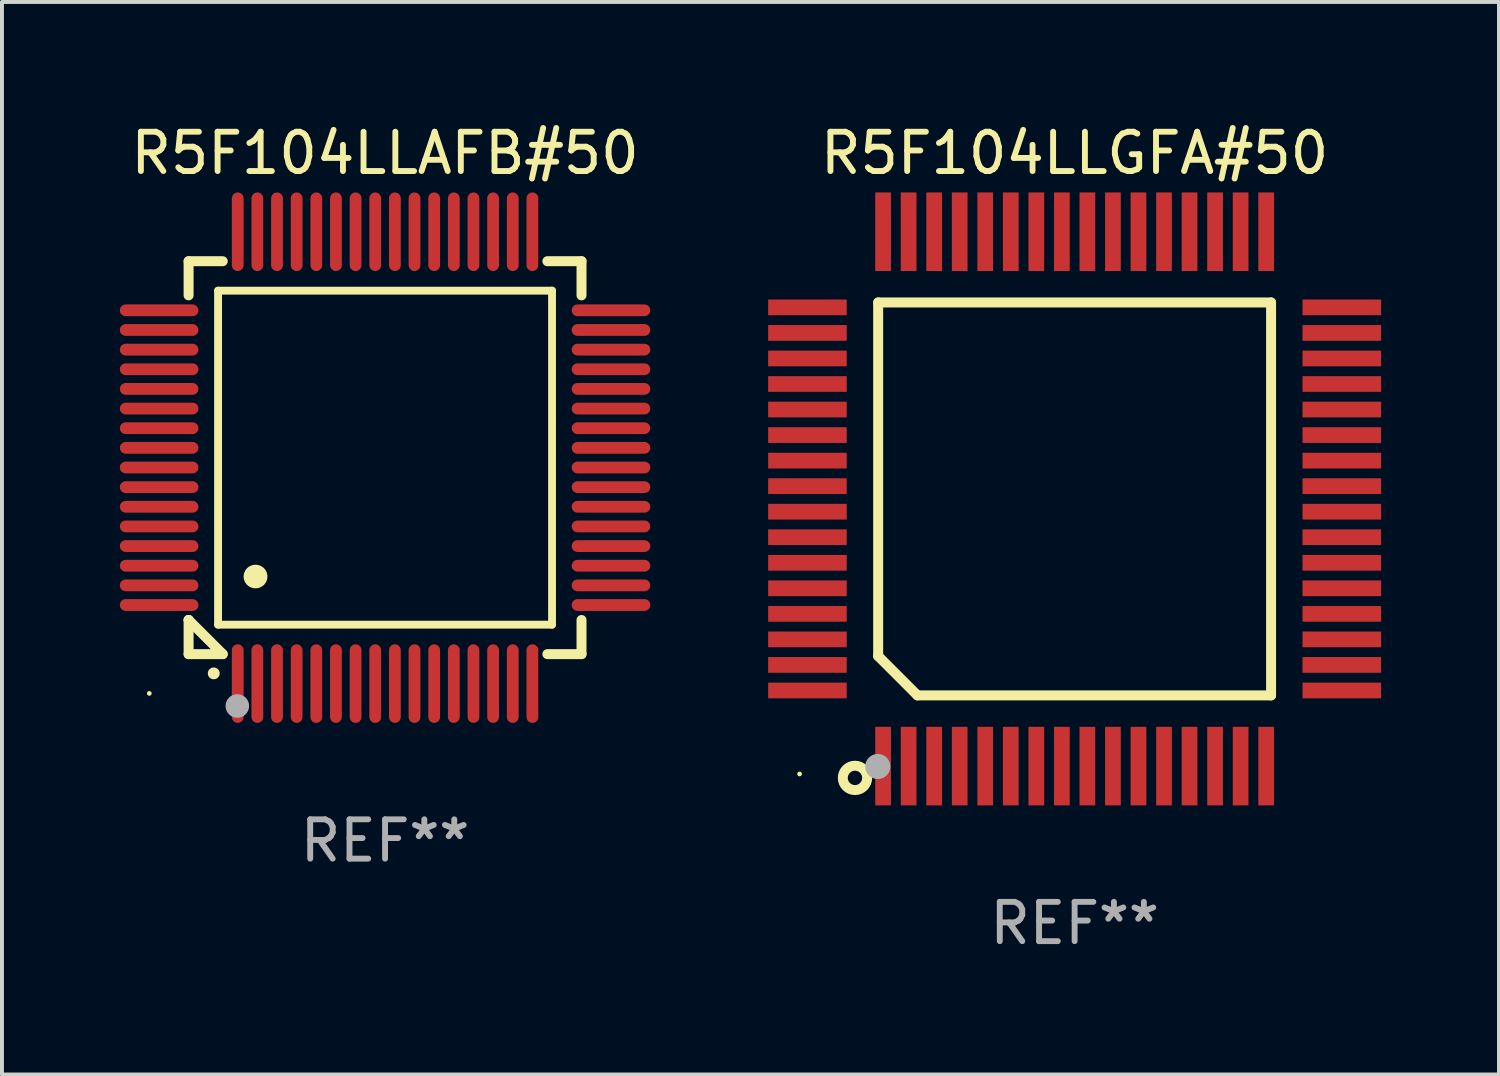
<source format=kicad_pcb>
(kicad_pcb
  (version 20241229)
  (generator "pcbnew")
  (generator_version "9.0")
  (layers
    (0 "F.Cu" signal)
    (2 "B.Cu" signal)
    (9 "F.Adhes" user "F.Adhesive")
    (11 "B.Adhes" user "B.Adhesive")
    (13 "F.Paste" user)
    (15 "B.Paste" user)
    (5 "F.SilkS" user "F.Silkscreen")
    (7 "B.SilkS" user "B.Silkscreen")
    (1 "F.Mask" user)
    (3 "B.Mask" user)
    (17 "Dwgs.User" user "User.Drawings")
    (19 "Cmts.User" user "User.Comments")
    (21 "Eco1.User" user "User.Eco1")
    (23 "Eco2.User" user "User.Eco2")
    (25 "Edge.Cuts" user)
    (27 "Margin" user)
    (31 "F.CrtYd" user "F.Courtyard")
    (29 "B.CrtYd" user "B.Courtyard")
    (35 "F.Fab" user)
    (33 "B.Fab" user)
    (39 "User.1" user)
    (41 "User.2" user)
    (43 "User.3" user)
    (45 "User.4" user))
  (footprint "R5F104LLAFB#50"
    (layer "F.Cu")
    (at 6.75 8.598)
    (property "Reference" "R5F104LLAFB#50" (at 0 -7.75 0) (layer "F.SilkS") (effects (font (size 1 1) (thickness 0.15))))
    (attr through_hole)
    (fp_line (start -5 -5) (end -4.131 -5) (stroke (width 0.254) (type solid)) (layer "F.SilkS"))
    (fp_line (start -5 -4.131) (end -5 -5) (stroke (width 0.254) (type solid)) (layer "F.SilkS"))
    (fp_line (start -5 4.131) (end -5 4.131) (stroke (width 0.254) (type solid)) (layer "F.SilkS"))
    (fp_line (start -5 5) (end -5 4.131) (stroke (width 0.254) (type solid)) (layer "F.SilkS"))
    (fp_line (start -5 4.131) (end -4.131 5) (stroke (width 0.254) (type solid)) (layer "F.SilkS"))
    (fp_line (start -4.25 -4.25) (end -4.25 4.25) (stroke (width 0.2) (type solid)) (layer "F.SilkS"))
    (fp_line (start -4.25 4.25) (end 4.25 4.25) (stroke (width 0.2) (type solid)) (layer "F.SilkS"))
    (fp_line (start -4.131 5) (end -5 5) (stroke (width 0.254) (type solid)) (layer "F.SilkS"))
    (fp_line (start 4.25 -4.25) (end -4.25 -4.25) (stroke (width 0.2) (type solid)) (layer "F.SilkS"))
    (fp_line (start 4.25 4.25) (end 4.25 -4.25) (stroke (width 0.2) (type solid)) (layer "F.SilkS"))
    (fp_line (start 5 -5) (end 4.131 -5) (stroke (width 0.254) (type solid)) (layer "F.SilkS"))
    (fp_line (start 5 -5) (end 5 -4.131) (stroke (width 0.254) (type solid)) (layer "F.SilkS"))
    (fp_line (start 5 4.131) (end 5 5) (stroke (width 0.254) (type solid)) (layer "F.SilkS"))
    (fp_line (start 5 5) (end 4.131 5) (stroke (width 0.254) (type solid)) (layer "F.SilkS"))
    (fp_arc (start -4.361265 5.489992) (mid -4.359995 5.489987) (end -4.358725 5.489992) (stroke (width 0.3) (type solid)) (layer "F.SilkS"))
    (fp_arc (start -3.299467 3.025146) (mid -3.296927 3.025135) (end -3.294387 3.025146) (stroke (width 0.6) (type solid)) (layer "F.SilkS"))
    (fp_circle (center -6 6) (end -5.97 6) (stroke (width 0.06) (type solid)) (fill no) (layer "F.SilkS"))
    (fp_circle (center -3.76 6.32) (end -3.61 6.32) (stroke (width 0.3) (type solid)) (fill no) (layer "F.Fab"))
    (fp_text user "REF**" (at 0 9.75 0) (layer "F.Fab") (effects (font (size 1 1) (thickness 0.15))))
    (pad "1" smd oval (at -3.75 5.75) (size 0.3 2) (layers "F.Cu" "F.Mask" "F.Paste"))
    (pad "2" smd oval (at -3.25 5.75) (size 0.3 2) (layers "F.Cu" "F.Mask" "F.Paste"))
    (pad "3" smd oval (at -2.75 5.75) (size 0.3 2) (layers "F.Cu" "F.Mask" "F.Paste"))
    (pad "4" smd oval (at -2.25 5.75) (size 0.3 2) (layers "F.Cu" "F.Mask" "F.Paste"))
    (pad "5" smd oval (at -1.75 5.75) (size 0.3 2) (layers "F.Cu" "F.Mask" "F.Paste"))
    (pad "6" smd oval (at -1.25 5.75) (size 0.3 2) (layers "F.Cu" "F.Mask" "F.Paste"))
    (pad "7" smd oval (at -0.75 5.75) (size 0.3 2) (layers "F.Cu" "F.Mask" "F.Paste"))
    (pad "8" smd oval (at -0.25 5.75) (size 0.3 2) (layers "F.Cu" "F.Mask" "F.Paste"))
    (pad "9" smd oval (at 0.25 5.75) (size 0.3 2) (layers "F.Cu" "F.Mask" "F.Paste"))
    (pad "10" smd oval (at 0.75 5.75) (size 0.3 2) (layers "F.Cu" "F.Mask" "F.Paste"))
    (pad "11" smd oval (at 1.25 5.75) (size 0.3 2) (layers "F.Cu" "F.Mask" "F.Paste"))
    (pad "12" smd oval (at 1.75 5.75) (size 0.3 2) (layers "F.Cu" "F.Mask" "F.Paste"))
    (pad "13" smd oval (at 2.25 5.75) (size 0.3 2) (layers "F.Cu" "F.Mask" "F.Paste"))
    (pad "14" smd oval (at 2.75 5.75) (size 0.3 2) (layers "F.Cu" "F.Mask" "F.Paste"))
    (pad "15" smd oval (at 3.25 5.75) (size 0.3 2) (layers "F.Cu" "F.Mask" "F.Paste"))
    (pad "16" smd oval (at 3.75 5.75) (size 0.3 2) (layers "F.Cu" "F.Mask" "F.Paste"))
    (pad "17" smd oval (at 5.75 3.75) (size 2 0.3) (layers "F.Cu" "F.Mask" "F.Paste"))
    (pad "18" smd oval (at 5.75 3.25) (size 2 0.3) (layers "F.Cu" "F.Mask" "F.Paste"))
    (pad "19" smd oval (at 5.75 2.75) (size 2 0.3) (layers "F.Cu" "F.Mask" "F.Paste"))
    (pad "20" smd oval (at 5.75 2.25) (size 2 0.3) (layers "F.Cu" "F.Mask" "F.Paste"))
    (pad "21" smd oval (at 5.75 1.75) (size 2 0.3) (layers "F.Cu" "F.Mask" "F.Paste"))
    (pad "22" smd oval (at 5.75 1.25) (size 2 0.3) (layers "F.Cu" "F.Mask" "F.Paste"))
    (pad "23" smd oval (at 5.75 0.75) (size 2 0.3) (layers "F.Cu" "F.Mask" "F.Paste"))
    (pad "24" smd oval (at 5.75 0.25) (size 2 0.3) (layers "F.Cu" "F.Mask" "F.Paste"))
    (pad "25" smd oval (at 5.75 -0.25) (size 2 0.3) (layers "F.Cu" "F.Mask" "F.Paste"))
    (pad "26" smd oval (at 5.75 -0.75) (size 2 0.3) (layers "F.Cu" "F.Mask" "F.Paste"))
    (pad "27" smd oval (at 5.75 -1.25) (size 2 0.3) (layers "F.Cu" "F.Mask" "F.Paste"))
    (pad "28" smd oval (at 5.75 -1.75) (size 2 0.3) (layers "F.Cu" "F.Mask" "F.Paste"))
    (pad "29" smd oval (at 5.75 -2.25) (size 2 0.3) (layers "F.Cu" "F.Mask" "F.Paste"))
    (pad "30" smd oval (at 5.75 -2.75) (size 2 0.3) (layers "F.Cu" "F.Mask" "F.Paste"))
    (pad "31" smd oval (at 5.75 -3.25) (size 2 0.3) (layers "F.Cu" "F.Mask" "F.Paste"))
    (pad "32" smd oval (at 5.75 -3.75) (size 2 0.3) (layers "F.Cu" "F.Mask" "F.Paste"))
    (pad "33" smd oval (at 3.75 -5.75) (size 0.3 2) (layers "F.Cu" "F.Mask" "F.Paste"))
    (pad "34" smd oval (at 3.25 -5.75) (size 0.3 2) (layers "F.Cu" "F.Mask" "F.Paste"))
    (pad "35" smd oval (at 2.75 -5.75) (size 0.3 2) (layers "F.Cu" "F.Mask" "F.Paste"))
    (pad "36" smd oval (at 2.25 -5.75) (size 0.3 2) (layers "F.Cu" "F.Mask" "F.Paste"))
    (pad "37" smd oval (at 1.75 -5.75) (size 0.3 2) (layers "F.Cu" "F.Mask" "F.Paste"))
    (pad "38" smd oval (at 1.25 -5.75) (size 0.3 2) (layers "F.Cu" "F.Mask" "F.Paste"))
    (pad "39" smd oval (at 0.75 -5.75) (size 0.3 2) (layers "F.Cu" "F.Mask" "F.Paste"))
    (pad "40" smd oval (at 0.25 -5.75) (size 0.3 2) (layers "F.Cu" "F.Mask" "F.Paste"))
    (pad "41" smd oval (at -0.25 -5.75) (size 0.3 2) (layers "F.Cu" "F.Mask" "F.Paste"))
    (pad "42" smd oval (at -0.75 -5.75) (size 0.3 2) (layers "F.Cu" "F.Mask" "F.Paste"))
    (pad "43" smd oval (at -1.25 -5.75) (size 0.3 2) (layers "F.Cu" "F.Mask" "F.Paste"))
    (pad "44" smd oval (at -1.75 -5.75) (size 0.3 2) (layers "F.Cu" "F.Mask" "F.Paste"))
    (pad "45" smd oval (at -2.25 -5.75) (size 0.3 2) (layers "F.Cu" "F.Mask" "F.Paste"))
    (pad "46" smd oval (at -2.75 -5.75) (size 0.3 2) (layers "F.Cu" "F.Mask" "F.Paste"))
    (pad "47" smd oval (at -3.25 -5.75) (size 0.3 2) (layers "F.Cu" "F.Mask" "F.Paste"))
    (pad "48" smd oval (at -3.75 -5.75) (size 0.3 2) (layers "F.Cu" "F.Mask" "F.Paste"))
    (pad "49" smd oval (at -5.75 -3.75) (size 2 0.3) (layers "F.Cu" "F.Mask" "F.Paste"))
    (pad "50" smd oval (at -5.75 -3.25) (size 2 0.3) (layers "F.Cu" "F.Mask" "F.Paste"))
    (pad "51" smd oval (at -5.75 -2.75) (size 2 0.3) (layers "F.Cu" "F.Mask" "F.Paste"))
    (pad "52" smd oval (at -5.75 -2.25) (size 2 0.3) (layers "F.Cu" "F.Mask" "F.Paste"))
    (pad "53" smd oval (at -5.75 -1.75) (size 2 0.3) (layers "F.Cu" "F.Mask" "F.Paste"))
    (pad "54" smd oval (at -5.75 -1.25) (size 2 0.3) (layers "F.Cu" "F.Mask" "F.Paste"))
    (pad "55" smd oval (at -5.75 -0.75) (size 2 0.3) (layers "F.Cu" "F.Mask" "F.Paste"))
    (pad "56" smd oval (at -5.75 -0.25) (size 2 0.3) (layers "F.Cu" "F.Mask" "F.Paste"))
    (pad "57" smd oval (at -5.75 0.25) (size 2 0.3) (layers "F.Cu" "F.Mask" "F.Paste"))
    (pad "58" smd oval (at -5.75 0.75) (size 2 0.3) (layers "F.Cu" "F.Mask" "F.Paste"))
    (pad "59" smd oval (at -5.75 1.25) (size 2 0.3) (layers "F.Cu" "F.Mask" "F.Paste"))
    (pad "60" smd oval (at -5.75 1.75) (size 2 0.3) (layers "F.Cu" "F.Mask" "F.Paste"))
    (pad "61" smd oval (at -5.75 2.25) (size 2 0.3) (layers "F.Cu" "F.Mask" "F.Paste"))
    (pad "62" smd oval (at -5.75 2.75) (size 2 0.3) (layers "F.Cu" "F.Mask" "F.Paste"))
    (pad "63" smd oval (at -5.75 3.25) (size 2 0.3) (layers "F.Cu" "F.Mask" "F.Paste"))
    (pad "64" smd oval (at -5.75 3.75) (size 2 0.3) (layers "F.Cu" "F.Mask" "F.Paste")))
  (footprint "R5F104LLGFA#50"
    (layer "F.Cu")
    (at 24.3 9.648)
    (property "Reference" "R5F104LLGFA#50" (at 0 -8.8 0) (layer "F.SilkS") (effects (font (size 1 1) (thickness 0.15))))
    (attr through_hole)
    (fp_line (start -5 -5) (end 5 -5) (stroke (width 0.254) (type solid)) (layer "F.SilkS"))
    (fp_line (start -5 4) (end -5 -5) (stroke (width 0.254) (type solid)) (layer "F.SilkS"))
    (fp_line (start -4 5) (end -5 4) (stroke (width 0.254) (type solid)) (layer "F.SilkS"))
    (fp_line (start 5 -5) (end 5 5) (stroke (width 0.254) (type solid)) (layer "F.SilkS"))
    (fp_line (start 5 5) (end -4 5) (stroke (width 0.254) (type solid)) (layer "F.SilkS"))
    (fp_circle (center -7 7) (end -6.97 7) (stroke (width 0.06) (type solid)) (fill no) (layer "F.SilkS"))
    (fp_circle (center -5.59 7.1) (end -5.28 7.1) (stroke (width 0.254) (type solid)) (fill no) (layer "F.SilkS"))
    (fp_circle (center -5.01 6.81) (end -4.85 6.81) (stroke (width 0.32) (type solid)) (fill no) (layer "F.Fab"))
    (fp_text user "REF**" (at 0 10.8 0) (layer "F.Fab") (effects (font (size 1 1) (thickness 0.15))))
    (pad "1" smd rect (at -4.875 6.8) (size 0.4 2) (layers "F.Cu" "F.Mask" "F.Paste"))
    (pad "2" smd rect (at -4.225 6.8) (size 0.4 2) (layers "F.Cu" "F.Mask" "F.Paste"))
    (pad "3" smd rect (at -3.575 6.8) (size 0.4 2) (layers "F.Cu" "F.Mask" "F.Paste"))
    (pad "4" smd rect (at -2.925 6.8) (size 0.4 2) (layers "F.Cu" "F.Mask" "F.Paste"))
    (pad "5" smd rect (at -2.275 6.8) (size 0.4 2) (layers "F.Cu" "F.Mask" "F.Paste"))
    (pad "6" smd rect (at -1.625 6.8) (size 0.4 2) (layers "F.Cu" "F.Mask" "F.Paste"))
    (pad "7" smd rect (at -0.975 6.8) (size 0.4 2) (layers "F.Cu" "F.Mask" "F.Paste"))
    (pad "8" smd rect (at -0.325 6.8) (size 0.4 2) (layers "F.Cu" "F.Mask" "F.Paste"))
    (pad "9" smd rect (at 0.325 6.8) (size 0.4 2) (layers "F.Cu" "F.Mask" "F.Paste"))
    (pad "10" smd rect (at 0.975 6.8) (size 0.4 2) (layers "F.Cu" "F.Mask" "F.Paste"))
    (pad "11" smd rect (at 1.625 6.8) (size 0.4 2) (layers "F.Cu" "F.Mask" "F.Paste"))
    (pad "12" smd rect (at 2.275 6.8) (size 0.4 2) (layers "F.Cu" "F.Mask" "F.Paste"))
    (pad "13" smd rect (at 2.925 6.8) (size 0.4 2) (layers "F.Cu" "F.Mask" "F.Paste"))
    (pad "14" smd rect (at 3.575 6.8) (size 0.4 2) (layers "F.Cu" "F.Mask" "F.Paste"))
    (pad "15" smd rect (at 4.225 6.8) (size 0.4 2) (layers "F.Cu" "F.Mask" "F.Paste"))
    (pad "16" smd rect (at 4.875 6.8) (size 0.4 2) (layers "F.Cu" "F.Mask" "F.Paste"))
    (pad "17" smd rect (at 6.8 4.875) (size 2 0.4) (layers "F.Cu" "F.Mask" "F.Paste"))
    (pad "18" smd rect (at 6.8 4.225) (size 2 0.4) (layers "F.Cu" "F.Mask" "F.Paste"))
    (pad "19" smd rect (at 6.8 3.575) (size 2 0.4) (layers "F.Cu" "F.Mask" "F.Paste"))
    (pad "20" smd rect (at 6.8 2.925) (size 2 0.4) (layers "F.Cu" "F.Mask" "F.Paste"))
    (pad "21" smd rect (at 6.8 2.275) (size 2 0.4) (layers "F.Cu" "F.Mask" "F.Paste"))
    (pad "22" smd rect (at 6.8 1.625) (size 2 0.4) (layers "F.Cu" "F.Mask" "F.Paste"))
    (pad "23" smd rect (at 6.8 0.975) (size 2 0.4) (layers "F.Cu" "F.Mask" "F.Paste"))
    (pad "24" smd rect (at 6.8 0.325) (size 2 0.4) (layers "F.Cu" "F.Mask" "F.Paste"))
    (pad "25" smd rect (at 6.8 -0.325) (size 2 0.4) (layers "F.Cu" "F.Mask" "F.Paste"))
    (pad "26" smd rect (at 6.8 -0.975) (size 2 0.4) (layers "F.Cu" "F.Mask" "F.Paste"))
    (pad "27" smd rect (at 6.8 -1.625) (size 2 0.4) (layers "F.Cu" "F.Mask" "F.Paste"))
    (pad "28" smd rect (at 6.8 -2.275) (size 2 0.4) (layers "F.Cu" "F.Mask" "F.Paste"))
    (pad "29" smd rect (at 6.8 -2.925) (size 2 0.4) (layers "F.Cu" "F.Mask" "F.Paste"))
    (pad "30" smd rect (at 6.8 -3.575) (size 2 0.4) (layers "F.Cu" "F.Mask" "F.Paste"))
    (pad "31" smd rect (at 6.8 -4.225) (size 2 0.4) (layers "F.Cu" "F.Mask" "F.Paste"))
    (pad "32" smd rect (at 6.8 -4.875) (size 2 0.4) (layers "F.Cu" "F.Mask" "F.Paste"))
    (pad "33" smd rect (at 4.875 -6.8) (size 0.4 2) (layers "F.Cu" "F.Mask" "F.Paste"))
    (pad "34" smd rect (at 4.225 -6.8) (size 0.4 2) (layers "F.Cu" "F.Mask" "F.Paste"))
    (pad "35" smd rect (at 3.575 -6.8) (size 0.4 2) (layers "F.Cu" "F.Mask" "F.Paste"))
    (pad "36" smd rect (at 2.925 -6.8) (size 0.4 2) (layers "F.Cu" "F.Mask" "F.Paste"))
    (pad "37" smd rect (at 2.275 -6.8) (size 0.4 2) (layers "F.Cu" "F.Mask" "F.Paste"))
    (pad "38" smd rect (at 1.625 -6.8) (size 0.4 2) (layers "F.Cu" "F.Mask" "F.Paste"))
    (pad "39" smd rect (at 0.975 -6.8) (size 0.4 2) (layers "F.Cu" "F.Mask" "F.Paste"))
    (pad "40" smd rect (at 0.325 -6.8) (size 0.4 2) (layers "F.Cu" "F.Mask" "F.Paste"))
    (pad "41" smd rect (at -0.325 -6.8) (size 0.4 2) (layers "F.Cu" "F.Mask" "F.Paste"))
    (pad "42" smd rect (at -0.975 -6.8) (size 0.4 2) (layers "F.Cu" "F.Mask" "F.Paste"))
    (pad "43" smd rect (at -1.625 -6.8) (size 0.4 2) (layers "F.Cu" "F.Mask" "F.Paste"))
    (pad "44" smd rect (at -2.275 -6.8) (size 0.4 2) (layers "F.Cu" "F.Mask" "F.Paste"))
    (pad "45" smd rect (at -2.925 -6.8) (size 0.4 2) (layers "F.Cu" "F.Mask" "F.Paste"))
    (pad "46" smd rect (at -3.575 -6.8) (size 0.4 2) (layers "F.Cu" "F.Mask" "F.Paste"))
    (pad "47" smd rect (at -4.225 -6.8) (size 0.4 2) (layers "F.Cu" "F.Mask" "F.Paste"))
    (pad "48" smd rect (at -4.875 -6.8) (size 0.4 2) (layers "F.Cu" "F.Mask" "F.Paste"))
    (pad "49" smd rect (at -6.8 -4.875) (size 2 0.4) (layers "F.Cu" "F.Mask" "F.Paste"))
    (pad "50" smd rect (at -6.8 -4.225) (size 2 0.4) (layers "F.Cu" "F.Mask" "F.Paste"))
    (pad "51" smd rect (at -6.8 -3.575) (size 2 0.4) (layers "F.Cu" "F.Mask" "F.Paste"))
    (pad "52" smd rect (at -6.8 -2.925) (size 2 0.4) (layers "F.Cu" "F.Mask" "F.Paste"))
    (pad "53" smd rect (at -6.8 -2.275) (size 2 0.4) (layers "F.Cu" "F.Mask" "F.Paste"))
    (pad "54" smd rect (at -6.8 -1.625) (size 2 0.4) (layers "F.Cu" "F.Mask" "F.Paste"))
    (pad "55" smd rect (at -6.8 -0.975) (size 2 0.4) (layers "F.Cu" "F.Mask" "F.Paste"))
    (pad "56" smd rect (at -6.8 -0.325) (size 2 0.4) (layers "F.Cu" "F.Mask" "F.Paste"))
    (pad "57" smd rect (at -6.8 0.325) (size 2 0.4) (layers "F.Cu" "F.Mask" "F.Paste"))
    (pad "58" smd rect (at -6.8 0.975) (size 2 0.4) (layers "F.Cu" "F.Mask" "F.Paste"))
    (pad "59" smd rect (at -6.8 1.625) (size 2 0.4) (layers "F.Cu" "F.Mask" "F.Paste"))
    (pad "60" smd rect (at -6.8 2.275) (size 2 0.4) (layers "F.Cu" "F.Mask" "F.Paste"))
    (pad "61" smd rect (at -6.8 2.925) (size 2 0.4) (layers "F.Cu" "F.Mask" "F.Paste"))
    (pad "62" smd rect (at -6.8 3.575) (size 2 0.4) (layers "F.Cu" "F.Mask" "F.Paste"))
    (pad "63" smd rect (at -6.8 4.225) (size 2 0.4) (layers "F.Cu" "F.Mask" "F.Paste"))
    (pad "64" smd rect (at -6.8 4.875) (size 2 0.4) (layers "F.Cu" "F.Mask" "F.Paste")))
  (gr_rect
    (start -3 -3)
    (end 35.1 24.297)
    (stroke (width 0.1) (type default))
    (fill no)
    (layer "Edge.Cuts")))
</source>
